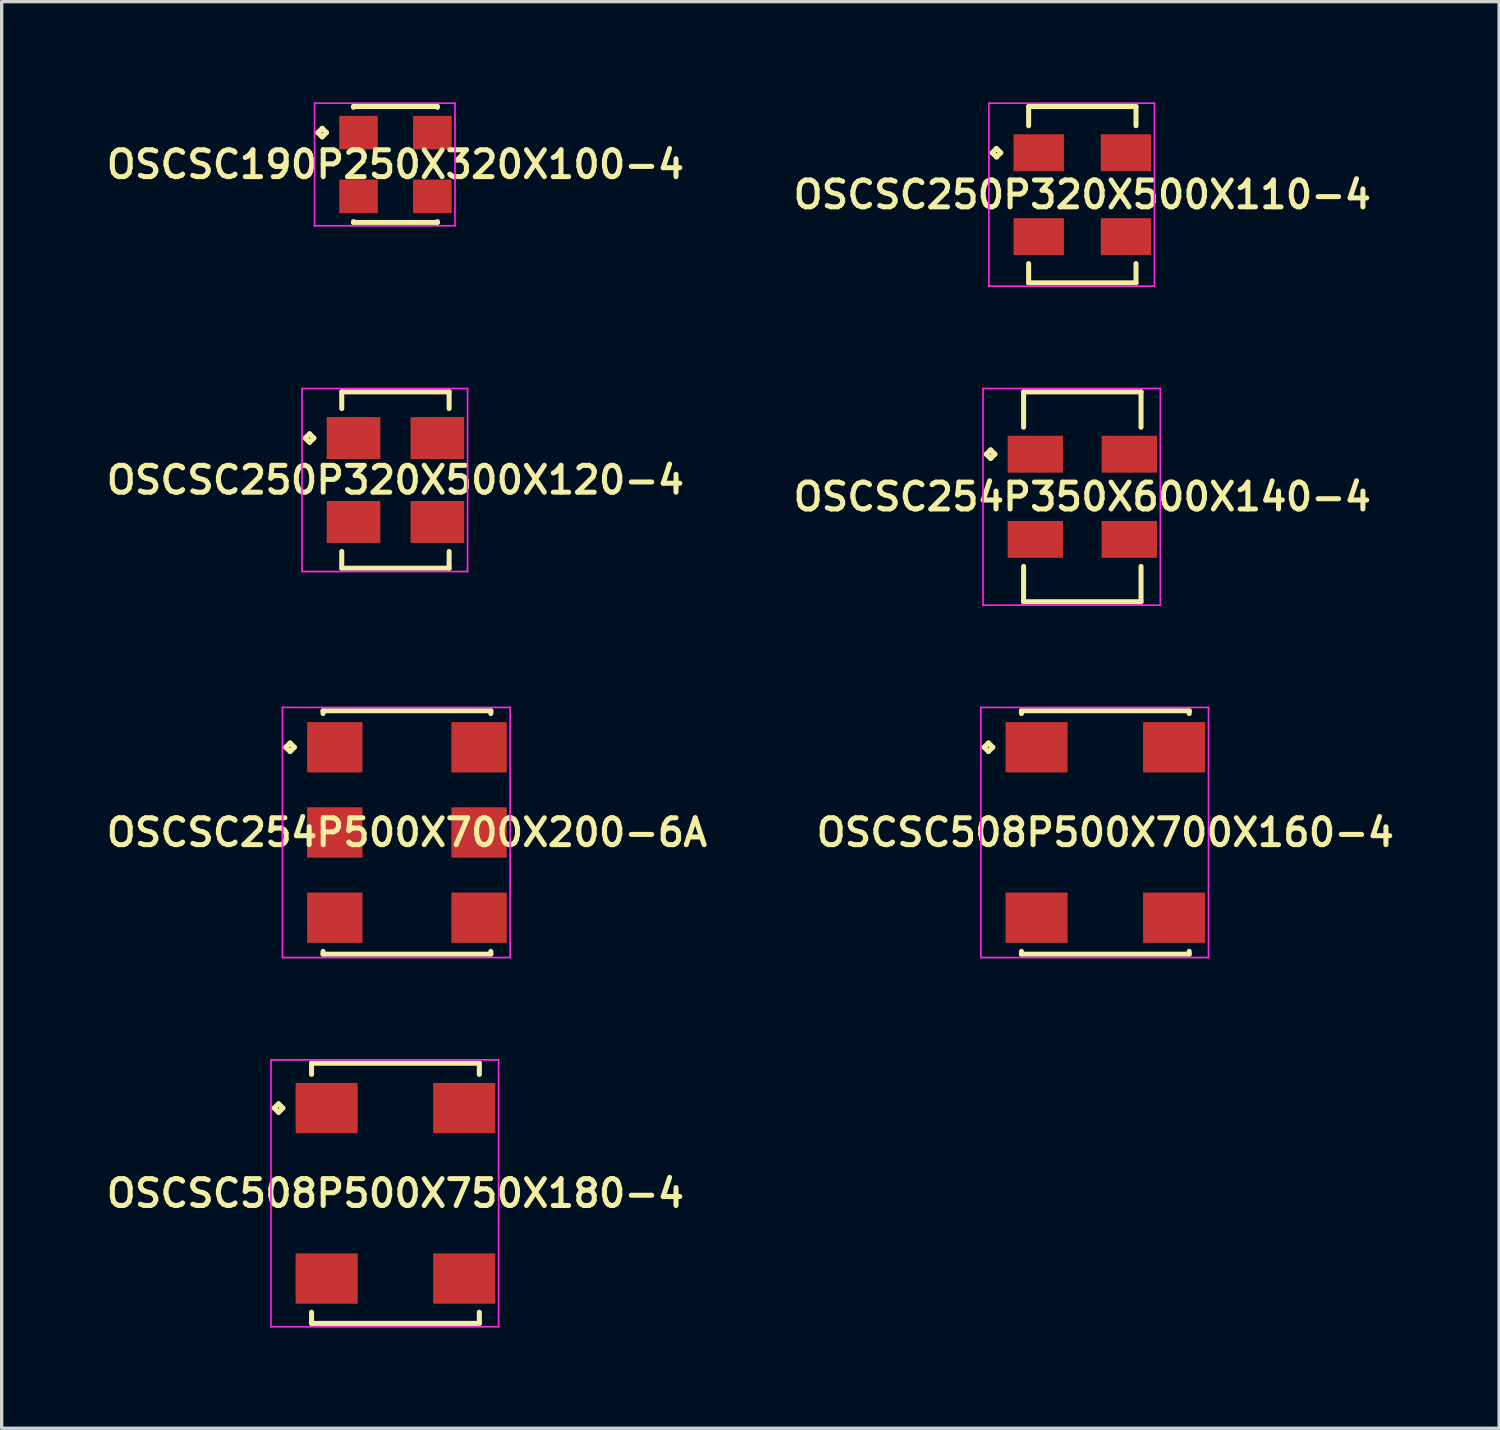
<source format=kicad_pcb>
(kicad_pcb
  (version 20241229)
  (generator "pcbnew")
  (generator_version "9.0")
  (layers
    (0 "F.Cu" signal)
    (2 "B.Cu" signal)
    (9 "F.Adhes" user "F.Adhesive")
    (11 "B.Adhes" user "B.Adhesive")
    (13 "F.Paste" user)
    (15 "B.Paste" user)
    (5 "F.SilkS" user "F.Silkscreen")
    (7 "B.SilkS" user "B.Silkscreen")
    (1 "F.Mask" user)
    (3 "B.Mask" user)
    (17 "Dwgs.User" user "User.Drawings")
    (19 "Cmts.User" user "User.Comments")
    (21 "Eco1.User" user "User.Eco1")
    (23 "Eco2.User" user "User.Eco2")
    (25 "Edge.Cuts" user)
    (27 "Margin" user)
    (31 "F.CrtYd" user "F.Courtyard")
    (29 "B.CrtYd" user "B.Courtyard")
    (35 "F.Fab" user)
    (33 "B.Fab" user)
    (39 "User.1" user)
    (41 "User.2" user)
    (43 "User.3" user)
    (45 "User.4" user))
  (footprint "OSCSC250P320X500X110-4"
    (layer "F.Cu")
    (at 29.206 2.752)
    (property "Reference" "OSCSC250P320X500X110-4" (at 0 0 0) (layer "F.SilkS") (effects (font (size 0.8 0.8) (thickness 0.15))))
    (attr smd)
    (fp_line (start -2.685 -1.25) (end -2.558 -1.377) (stroke (width 0.15) (type solid)) (layer "F.SilkS"))
    (fp_line (start -2.558 -1.377) (end -2.431 -1.25) (stroke (width 0.15) (type solid)) (layer "F.SilkS"))
    (fp_line (start -2.558 -1.123) (end -2.685 -1.25) (stroke (width 0.15) (type solid)) (layer "F.SilkS"))
    (fp_line (start -2.431 -1.25) (end -2.558 -1.123) (stroke (width 0.15) (type solid)) (layer "F.SilkS"))
    (fp_line (start -1.6 -2.627) (end 1.6 -2.627) (stroke (width 0.15) (type solid)) (layer "F.SilkS"))
    (fp_line (start -1.6 -2.054) (end -1.6 -2.627) (stroke (width 0.15) (type solid)) (layer "F.SilkS"))
    (fp_line (start -1.6 2.054) (end -1.6 2.627) (stroke (width 0.15) (type solid)) (layer "F.SilkS"))
    (fp_line (start -1.6 2.627) (end 1.6 2.627) (stroke (width 0.15) (type solid)) (layer "F.SilkS"))
    (fp_line (start 1.6 -2.627) (end 1.6 -2.054) (stroke (width 0.15) (type solid)) (layer "F.SilkS"))
    (fp_line (start 1.6 2.627) (end 1.6 2.054) (stroke (width 0.15) (type solid)) (layer "F.SilkS"))
    (fp_line (start -2.785 -2.727) (end 2.15 -2.727) (stroke (width 0.05) (type solid)) (layer "F.CrtYd"))
    (fp_line (start -2.785 2.727) (end -2.785 -2.727) (stroke (width 0.05) (type solid)) (layer "F.CrtYd"))
    (fp_line (start 2.15 -2.727) (end 2.15 2.727) (stroke (width 0.05) (type solid)) (layer "F.CrtYd"))
    (fp_line (start 2.15 2.727) (end -2.785 2.727) (stroke (width 0.05) (type solid)) (layer "F.CrtYd"))
    (pad "1" smd rect (at -1.3 -1.25) (size 1.5 1.1) (layers "F.Cu" "F.Mask" "F.Paste"))
    (pad "2" smd rect (at -1.3 1.25) (size 1.5 1.1) (layers "F.Cu" "F.Mask" "F.Paste"))
    (pad "3" smd rect (at 1.3 1.25) (size 1.5 1.1) (layers "F.Cu" "F.Mask" "F.Paste"))
    (pad "4" smd rect (at 1.3 -1.25) (size 1.5 1.1) (layers "F.Cu" "F.Mask" "F.Paste")))
  (footprint "OSCSC508P500X750X180-4"
    (layer "F.Cu")
    (at 8.735 32.514)
    (property "Reference" "OSCSC508P500X750X180-4" (at 0 0 0) (layer "F.SilkS") (effects (font (size 0.8 0.8) (thickness 0.15))))
    (attr smd)
    (fp_line (start -3.61 -2.54) (end -3.483 -2.667) (stroke (width 0.15) (type solid)) (layer "F.SilkS"))
    (fp_line (start -3.483 -2.667) (end -3.356 -2.54) (stroke (width 0.15) (type solid)) (layer "F.SilkS"))
    (fp_line (start -3.483 -2.413) (end -3.61 -2.54) (stroke (width 0.15) (type solid)) (layer "F.SilkS"))
    (fp_line (start -3.356 -2.54) (end -3.483 -2.413) (stroke (width 0.15) (type solid)) (layer "F.SilkS"))
    (fp_line (start -2.5 -3.877) (end 2.5 -3.877) (stroke (width 0.15) (type solid)) (layer "F.SilkS"))
    (fp_line (start -2.5 -3.544) (end -2.5 -3.877) (stroke (width 0.15) (type solid)) (layer "F.SilkS"))
    (fp_line (start -2.5 3.544) (end -2.5 3.877) (stroke (width 0.15) (type solid)) (layer "F.SilkS"))
    (fp_line (start -2.5 3.877) (end 2.5 3.877) (stroke (width 0.15) (type solid)) (layer "F.SilkS"))
    (fp_line (start 2.5 -3.877) (end 2.5 -3.544) (stroke (width 0.15) (type solid)) (layer "F.SilkS"))
    (fp_line (start 2.5 3.877) (end 2.5 3.544) (stroke (width 0.15) (type solid)) (layer "F.SilkS"))
    (fp_line (start -3.71 -3.977) (end 3.075 -3.977) (stroke (width 0.05) (type solid)) (layer "F.CrtYd"))
    (fp_line (start -3.71 3.977) (end -3.71 -3.977) (stroke (width 0.05) (type solid)) (layer "F.CrtYd"))
    (fp_line (start 3.075 -3.977) (end 3.075 3.977) (stroke (width 0.05) (type solid)) (layer "F.CrtYd"))
    (fp_line (start 3.075 3.977) (end -3.71 3.977) (stroke (width 0.05) (type solid)) (layer "F.CrtYd"))
    (pad "1" smd rect (at -2.05 -2.54) (size 1.85 1.5) (layers "F.Cu" "F.Mask" "F.Paste"))
    (pad "2" smd rect (at -2.05 2.54) (size 1.85 1.5) (layers "F.Cu" "F.Mask" "F.Paste"))
    (pad "3" smd rect (at 2.05 2.54) (size 1.85 1.5) (layers "F.Cu" "F.Mask" "F.Paste"))
    (pad "4" smd rect (at 2.05 -2.54) (size 1.85 1.5) (layers "F.Cu" "F.Mask" "F.Paste")))
  (footprint "OSCSC250P320X500X120-4"
    (layer "F.Cu")
    (at 8.735 11.256)
    (property "Reference" "OSCSC250P320X500X120-4" (at 0 0 0) (layer "F.SilkS") (effects (font (size 0.8 0.8) (thickness 0.15))))
    (attr smd)
    (fp_line (start -2.685 -1.25) (end -2.558 -1.377) (stroke (width 0.15) (type solid)) (layer "F.SilkS"))
    (fp_line (start -2.558 -1.377) (end -2.431 -1.25) (stroke (width 0.15) (type solid)) (layer "F.SilkS"))
    (fp_line (start -2.558 -1.123) (end -2.685 -1.25) (stroke (width 0.15) (type solid)) (layer "F.SilkS"))
    (fp_line (start -2.431 -1.25) (end -2.558 -1.123) (stroke (width 0.15) (type solid)) (layer "F.SilkS"))
    (fp_line (start -1.6 -2.627) (end 1.6 -2.627) (stroke (width 0.15) (type solid)) (layer "F.SilkS"))
    (fp_line (start -1.6 -2.129) (end -1.6 -2.627) (stroke (width 0.15) (type solid)) (layer "F.SilkS"))
    (fp_line (start -1.6 2.129) (end -1.6 2.627) (stroke (width 0.15) (type solid)) (layer "F.SilkS"))
    (fp_line (start -1.6 2.627) (end 1.6 2.627) (stroke (width 0.15) (type solid)) (layer "F.SilkS"))
    (fp_line (start 1.6 -2.627) (end 1.6 -2.129) (stroke (width 0.15) (type solid)) (layer "F.SilkS"))
    (fp_line (start 1.6 2.627) (end 1.6 2.129) (stroke (width 0.15) (type solid)) (layer "F.SilkS"))
    (fp_line (start -2.785 -2.727) (end 2.15 -2.727) (stroke (width 0.05) (type solid)) (layer "F.CrtYd"))
    (fp_line (start -2.785 2.727) (end -2.785 -2.727) (stroke (width 0.05) (type solid)) (layer "F.CrtYd"))
    (fp_line (start 2.15 -2.727) (end 2.15 2.727) (stroke (width 0.05) (type solid)) (layer "F.CrtYd"))
    (fp_line (start 2.15 2.727) (end -2.785 2.727) (stroke (width 0.05) (type solid)) (layer "F.CrtYd"))
    (pad "1" smd rect (at -1.25 -1.25) (size 1.6 1.25) (layers "F.Cu" "F.Mask" "F.Paste"))
    (pad "2" smd rect (at -1.25 1.25) (size 1.6 1.25) (layers "F.Cu" "F.Mask" "F.Paste"))
    (pad "3" smd rect (at 1.25 1.25) (size 1.6 1.25) (layers "F.Cu" "F.Mask" "F.Paste"))
    (pad "4" smd rect (at 1.25 -1.25) (size 1.6 1.25) (layers "F.Cu" "F.Mask" "F.Paste")))
  (footprint "OSCSC190P250X320X100-4"
    (layer "F.Cu")
    (at 8.735 1.852)
    (property "Reference" "OSCSC190P250X320X100-4" (at 0 0 0) (layer "F.SilkS") (effects (font (size 0.8 0.8) (thickness 0.15))))
    (attr smd)
    (fp_line (start -2.31 -0.95) (end -2.183 -1.077) (stroke (width 0.15) (type solid)) (layer "F.SilkS"))
    (fp_line (start -2.183 -1.077) (end -2.056 -0.95) (stroke (width 0.15) (type solid)) (layer "F.SilkS"))
    (fp_line (start -2.183 -0.823) (end -2.31 -0.95) (stroke (width 0.15) (type solid)) (layer "F.SilkS"))
    (fp_line (start -2.056 -0.95) (end -2.183 -0.823) (stroke (width 0.15) (type solid)) (layer "F.SilkS"))
    (fp_line (start -1.25 -1.727) (end 1.25 -1.727) (stroke (width 0.15) (type solid)) (layer "F.SilkS"))
    (fp_line (start -1.25 -1.704) (end -1.25 -1.727) (stroke (width 0.15) (type solid)) (layer "F.SilkS"))
    (fp_line (start -1.25 1.704) (end -1.25 1.727) (stroke (width 0.15) (type solid)) (layer "F.SilkS"))
    (fp_line (start -1.25 1.727) (end 1.25 1.727) (stroke (width 0.15) (type solid)) (layer "F.SilkS"))
    (fp_line (start 1.25 -1.727) (end 1.25 -1.704) (stroke (width 0.15) (type solid)) (layer "F.SilkS"))
    (fp_line (start 1.25 1.727) (end 1.25 1.704) (stroke (width 0.15) (type solid)) (layer "F.SilkS"))
    (fp_line (start -2.41 -1.827) (end 1.775 -1.827) (stroke (width 0.05) (type solid)) (layer "F.CrtYd"))
    (fp_line (start -2.41 1.827) (end -2.41 -1.827) (stroke (width 0.05) (type solid)) (layer "F.CrtYd"))
    (fp_line (start 1.775 -1.827) (end 1.775 1.827) (stroke (width 0.05) (type solid)) (layer "F.CrtYd"))
    (fp_line (start 1.775 1.827) (end -2.41 1.827) (stroke (width 0.05) (type solid)) (layer "F.CrtYd"))
    (pad "1" smd rect (at -1.1 -0.95) (size 1.15 1) (layers "F.Cu" "F.Mask" "F.Paste"))
    (pad "2" smd rect (at -1.1 0.95) (size 1.15 1) (layers "F.Cu" "F.Mask" "F.Paste"))
    (pad "3" smd rect (at 1.1 0.95) (size 1.15 1) (layers "F.Cu" "F.Mask" "F.Paste"))
    (pad "4" smd rect (at 1.1 -0.95) (size 1.15 1) (layers "F.Cu" "F.Mask" "F.Paste")))
  (footprint "OSCSC254P500X700X200-6A"
    (layer "F.Cu")
    (at 9.078 21.76)
    (property "Reference" "OSCSC254P500X700X200-6A" (at 0 0 0) (layer "F.SilkS") (effects (font (size 0.8 0.8) (thickness 0.15))))
    (attr smd)
    (fp_line (start -3.61 -2.54) (end -3.483 -2.667) (stroke (width 0.15) (type solid)) (layer "F.SilkS"))
    (fp_line (start -3.483 -2.667) (end -3.356 -2.54) (stroke (width 0.15) (type solid)) (layer "F.SilkS"))
    (fp_line (start -3.483 -2.413) (end -3.61 -2.54) (stroke (width 0.15) (type solid)) (layer "F.SilkS"))
    (fp_line (start -3.356 -2.54) (end -3.483 -2.413) (stroke (width 0.15) (type solid)) (layer "F.SilkS"))
    (fp_line (start -2.5 -3.627) (end 2.5 -3.627) (stroke (width 0.15) (type solid)) (layer "F.SilkS"))
    (fp_line (start -2.5 -3.544) (end -2.5 -3.627) (stroke (width 0.15) (type solid)) (layer "F.SilkS"))
    (fp_line (start -2.5 3.544) (end -2.5 3.627) (stroke (width 0.15) (type solid)) (layer "F.SilkS"))
    (fp_line (start -2.5 3.627) (end 2.5 3.627) (stroke (width 0.15) (type solid)) (layer "F.SilkS"))
    (fp_line (start 2.5 -3.627) (end 2.5 -3.544) (stroke (width 0.15) (type solid)) (layer "F.SilkS"))
    (fp_line (start 2.5 3.627) (end 2.5 3.544) (stroke (width 0.15) (type solid)) (layer "F.SilkS"))
    (fp_line (start -3.71 -3.727) (end 3.075 -3.727) (stroke (width 0.05) (type solid)) (layer "F.CrtYd"))
    (fp_line (start -3.71 3.727) (end -3.71 -3.727) (stroke (width 0.05) (type solid)) (layer "F.CrtYd"))
    (fp_line (start 3.075 -3.727) (end 3.075 3.727) (stroke (width 0.05) (type solid)) (layer "F.CrtYd"))
    (fp_line (start 3.075 3.727) (end -3.71 3.727) (stroke (width 0.05) (type solid)) (layer "F.CrtYd"))
    (pad "1" smd rect (at -2.15 -2.54) (size 1.65 1.5) (layers "F.Cu" "F.Mask" "F.Paste"))
    (pad "2" smd rect (at -2.15 0) (size 1.65 1.5) (layers "F.Cu" "F.Mask" "F.Paste"))
    (pad "3" smd rect (at -2.15 2.54) (size 1.65 1.5) (layers "F.Cu" "F.Mask" "F.Paste"))
    (pad "4" smd rect (at 2.15 2.54) (size 1.65 1.5) (layers "F.Cu" "F.Mask" "F.Paste"))
    (pad "5" smd rect (at 2.15 0) (size 1.65 1.5) (layers "F.Cu" "F.Mask" "F.Paste"))
    (pad "6" smd rect (at 2.15 -2.54) (size 1.65 1.5) (layers "F.Cu" "F.Mask" "F.Paste")))
  (footprint "OSCSC508P500X700X160-4"
    (layer "F.Cu")
    (at 29.892 21.76)
    (property "Reference" "OSCSC508P500X700X160-4" (at 0 0 0) (layer "F.SilkS") (effects (font (size 0.8 0.8) (thickness 0.15))))
    (attr smd)
    (fp_line (start -3.61 -2.54) (end -3.483 -2.667) (stroke (width 0.15) (type solid)) (layer "F.SilkS"))
    (fp_line (start -3.483 -2.667) (end -3.356 -2.54) (stroke (width 0.15) (type solid)) (layer "F.SilkS"))
    (fp_line (start -3.483 -2.413) (end -3.61 -2.54) (stroke (width 0.15) (type solid)) (layer "F.SilkS"))
    (fp_line (start -3.356 -2.54) (end -3.483 -2.413) (stroke (width 0.15) (type solid)) (layer "F.SilkS"))
    (fp_line (start -2.5 -3.627) (end 2.5 -3.627) (stroke (width 0.15) (type solid)) (layer "F.SilkS"))
    (fp_line (start -2.5 -3.544) (end -2.5 -3.627) (stroke (width 0.15) (type solid)) (layer "F.SilkS"))
    (fp_line (start -2.5 3.544) (end -2.5 3.627) (stroke (width 0.15) (type solid)) (layer "F.SilkS"))
    (fp_line (start -2.5 3.627) (end 2.5 3.627) (stroke (width 0.15) (type solid)) (layer "F.SilkS"))
    (fp_line (start 2.5 -3.627) (end 2.5 -3.544) (stroke (width 0.15) (type solid)) (layer "F.SilkS"))
    (fp_line (start 2.5 3.627) (end 2.5 3.544) (stroke (width 0.15) (type solid)) (layer "F.SilkS"))
    (fp_line (start -3.71 -3.727) (end 3.075 -3.727) (stroke (width 0.05) (type solid)) (layer "F.CrtYd"))
    (fp_line (start -3.71 3.727) (end -3.71 -3.727) (stroke (width 0.05) (type solid)) (layer "F.CrtYd"))
    (fp_line (start 3.075 -3.727) (end 3.075 3.727) (stroke (width 0.05) (type solid)) (layer "F.CrtYd"))
    (fp_line (start 3.075 3.727) (end -3.71 3.727) (stroke (width 0.05) (type solid)) (layer "F.CrtYd"))
    (pad "1" smd rect (at -2.05 -2.54) (size 1.85 1.5) (layers "F.Cu" "F.Mask" "F.Paste"))
    (pad "2" smd rect (at -2.05 2.54) (size 1.85 1.5) (layers "F.Cu" "F.Mask" "F.Paste"))
    (pad "3" smd rect (at 2.05 2.54) (size 1.85 1.5) (layers "F.Cu" "F.Mask" "F.Paste"))
    (pad "4" smd rect (at 2.05 -2.54) (size 1.85 1.5) (layers "F.Cu" "F.Mask" "F.Paste")))
  (footprint "OSCSC254P350X600X140-4"
    (layer "F.Cu")
    (at 29.206 11.756)
    (property "Reference" "OSCSC254P350X600X140-4" (at 0 0 0) (layer "F.SilkS") (effects (font (size 0.8 0.8) (thickness 0.15))))
    (attr smd)
    (fp_line (start -2.86 -1.27) (end -2.733 -1.397) (stroke (width 0.15) (type solid)) (layer "F.SilkS"))
    (fp_line (start -2.733 -1.397) (end -2.606 -1.27) (stroke (width 0.15) (type solid)) (layer "F.SilkS"))
    (fp_line (start -2.733 -1.143) (end -2.86 -1.27) (stroke (width 0.15) (type solid)) (layer "F.SilkS"))
    (fp_line (start -2.606 -1.27) (end -2.733 -1.143) (stroke (width 0.15) (type solid)) (layer "F.SilkS"))
    (fp_line (start -1.75 -3.127) (end 1.75 -3.127) (stroke (width 0.15) (type solid)) (layer "F.SilkS"))
    (fp_line (start -1.75 -2.074) (end -1.75 -3.127) (stroke (width 0.15) (type solid)) (layer "F.SilkS"))
    (fp_line (start -1.75 2.074) (end -1.75 3.127) (stroke (width 0.15) (type solid)) (layer "F.SilkS"))
    (fp_line (start -1.75 3.127) (end 1.75 3.127) (stroke (width 0.15) (type solid)) (layer "F.SilkS"))
    (fp_line (start 1.75 -3.127) (end 1.75 -2.074) (stroke (width 0.15) (type solid)) (layer "F.SilkS"))
    (fp_line (start 1.75 3.127) (end 1.75 2.074) (stroke (width 0.15) (type solid)) (layer "F.SilkS"))
    (fp_line (start -2.96 -3.227) (end 2.325 -3.227) (stroke (width 0.05) (type solid)) (layer "F.CrtYd"))
    (fp_line (start -2.96 3.227) (end -2.96 -3.227) (stroke (width 0.05) (type solid)) (layer "F.CrtYd"))
    (fp_line (start 2.325 -3.227) (end 2.325 3.227) (stroke (width 0.05) (type solid)) (layer "F.CrtYd"))
    (fp_line (start 2.325 3.227) (end -2.96 3.227) (stroke (width 0.05) (type solid)) (layer "F.CrtYd"))
    (pad "1" smd rect (at -1.4 -1.27) (size 1.65 1.1) (layers "F.Cu" "F.Mask" "F.Paste"))
    (pad "2" smd rect (at -1.4 1.27) (size 1.65 1.1) (layers "F.Cu" "F.Mask" "F.Paste"))
    (pad "3" smd rect (at 1.4 1.27) (size 1.65 1.1) (layers "F.Cu" "F.Mask" "F.Paste"))
    (pad "4" smd rect (at 1.4 -1.27) (size 1.65 1.1) (layers "F.Cu" "F.Mask" "F.Paste")))
  (gr_rect
    (start -3 -3)
    (end 41.628 39.516)
    (stroke (width 0.1) (type default))
    (fill no)
    (layer "Edge.Cuts")))
</source>
